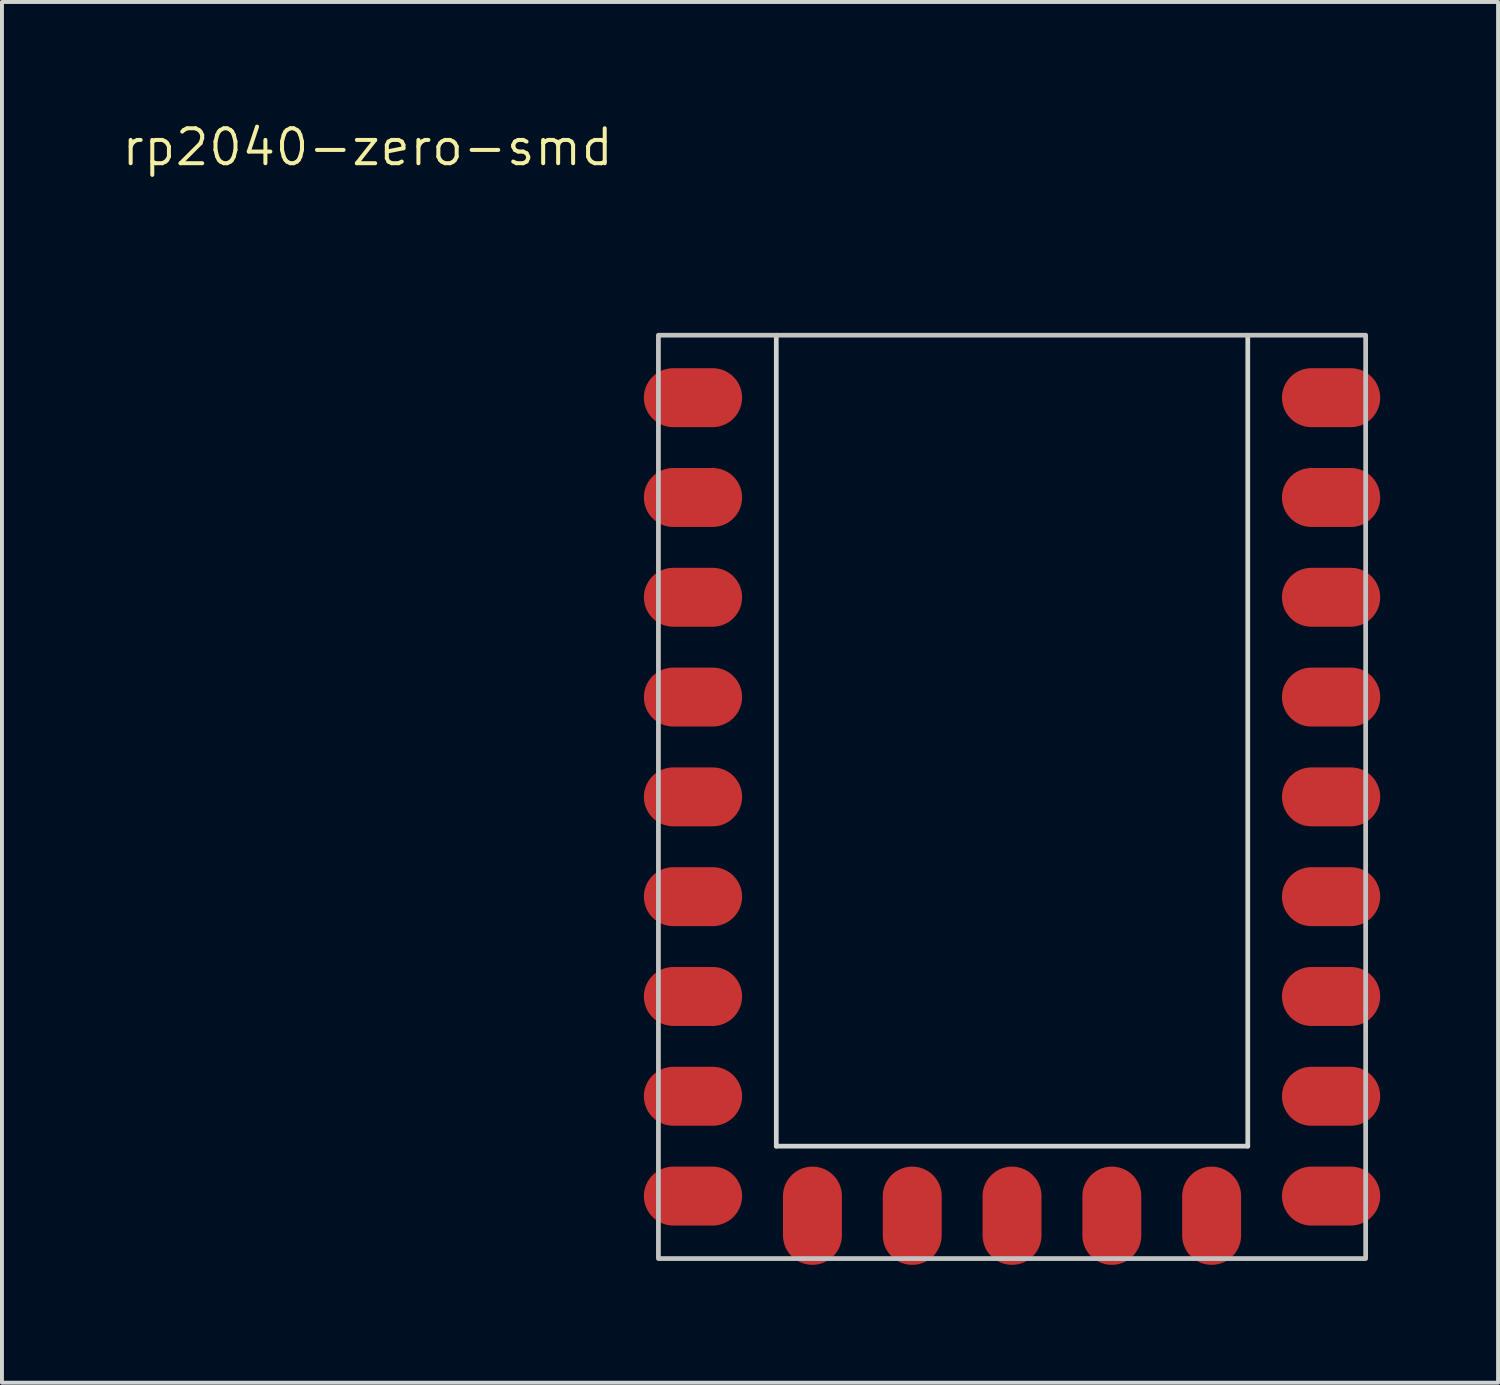
<source format=kicad_pcb>
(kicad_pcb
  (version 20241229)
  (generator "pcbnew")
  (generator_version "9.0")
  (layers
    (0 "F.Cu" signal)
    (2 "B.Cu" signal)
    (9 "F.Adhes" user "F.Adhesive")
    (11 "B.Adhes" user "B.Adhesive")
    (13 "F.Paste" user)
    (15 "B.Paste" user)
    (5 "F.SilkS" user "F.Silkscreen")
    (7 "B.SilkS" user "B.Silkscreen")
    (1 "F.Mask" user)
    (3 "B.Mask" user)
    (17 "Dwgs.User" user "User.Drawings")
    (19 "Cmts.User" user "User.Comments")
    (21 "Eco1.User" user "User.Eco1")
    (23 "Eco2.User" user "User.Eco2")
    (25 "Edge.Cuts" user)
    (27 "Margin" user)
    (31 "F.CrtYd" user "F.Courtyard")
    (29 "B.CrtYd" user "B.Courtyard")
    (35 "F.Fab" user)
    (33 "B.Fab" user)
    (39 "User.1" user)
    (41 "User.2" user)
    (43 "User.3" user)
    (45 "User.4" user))
  (footprint "rp2040-zero-smd"
    (layer "F.Cu")
    (at 22.707 17.231)
    (property "Reference" "rp2040-zero-smd" (at -16.399 -16.533 0) (layer "F.SilkS") (effects (font (size 0.889 0.889) (thickness 0.102))))
    (attr smd exclude_from_pos_files)
    (fp_rect (start -9 -11.75) (end 9 11.75) (stroke (width 0.12) (type solid)) (fill no) (layer "Dwgs.User"))
    (fp_line (start -6 -11.75) (end -6 8.89) (stroke (width 0.12) (type solid)) (layer "Edge.Cuts"))
    (fp_line (start -6 8.89) (end 6 8.89) (stroke (width 0.12) (type solid)) (layer "Edge.Cuts"))
    (fp_line (start 6 8.89) (end 6 -11.75) (stroke (width 0.12) (type solid)) (layer "Edge.Cuts"))
    (pad "1" smd oval (at 7.62 -10.16 180) (size 2.5 1.5) (drill (offset -0.5 0)) (layers "F.Cu" "F.Mask" "F.Paste"))
    (pad "2" smd oval (at 7.62 -7.62 180) (size 2.5 1.5) (drill (offset -0.5 0)) (layers "F.Cu" "F.Mask" "F.Paste"))
    (pad "3" smd oval (at 7.62 -5.08 180) (size 2.5 1.5) (drill (offset -0.5 0)) (layers "F.Cu" "F.Mask" "F.Paste"))
    (pad "4" smd oval (at 7.62 -2.54 180) (size 2.5 1.5) (drill (offset -0.5 0)) (layers "F.Cu" "F.Mask" "F.Paste"))
    (pad "5" smd oval (at 7.62 0 180) (size 2.5 1.5) (drill (offset -0.5 0)) (layers "F.Cu" "F.Mask" "F.Paste"))
    (pad "6" smd oval (at 7.62 2.54 180) (size 2.5 1.5) (drill (offset -0.5 0)) (layers "F.Cu" "F.Mask" "F.Paste"))
    (pad "7" smd oval (at 7.62 5.08 180) (size 2.5 1.5) (drill (offset -0.5 0)) (layers "F.Cu" "F.Mask" "F.Paste"))
    (pad "8" smd oval (at 7.62 7.62 180) (size 2.5 1.5) (drill (offset -0.5 0)) (layers "F.Cu" "F.Mask" "F.Paste"))
    (pad "9" smd oval (at 7.62 10.16 180) (size 2.5 1.5) (drill (offset -0.5 0)) (layers "F.Cu" "F.Mask" "F.Paste"))
    (pad "10" smd oval (at 5.08 10.16 90) (size 2.5 1.5) (drill (offset -0.5 0)) (layers "F.Cu" "F.Mask" "F.Paste"))
    (pad "11" smd oval (at 2.54 10.16 90) (size 2.5 1.5) (drill (offset -0.5 0)) (layers "F.Cu" "F.Mask" "F.Paste"))
    (pad "12" smd oval (at 0 10.16 90) (size 2.5 1.5) (drill (offset -0.5 0)) (layers "F.Cu" "F.Mask" "F.Paste"))
    (pad "13" smd oval (at -2.54 10.16 90) (size 2.5 1.5) (drill (offset -0.5 0)) (layers "F.Cu" "F.Mask" "F.Paste"))
    (pad "14" smd oval (at -5.08 10.16 90) (size 2.5 1.5) (drill (offset -0.5 0)) (layers "F.Cu" "F.Mask" "F.Paste"))
    (pad "15" smd oval (at -7.62 10.16) (size 2.5 1.5) (drill (offset -0.5 0)) (layers "F.Cu" "F.Mask" "F.Paste"))
    (pad "16" smd oval (at -7.62 7.62) (size 2.5 1.5) (drill (offset -0.5 0)) (layers "F.Cu" "F.Mask" "F.Paste"))
    (pad "17" smd oval (at -7.62 5.08) (size 2.5 1.5) (drill (offset -0.5 0)) (layers "F.Cu" "F.Mask" "F.Paste"))
    (pad "18" smd oval (at -7.62 2.54) (size 2.5 1.5) (drill (offset -0.5 0)) (layers "F.Cu" "F.Mask" "F.Paste"))
    (pad "19" smd oval (at -7.62 0) (size 2.5 1.5) (drill (offset -0.5 0)) (layers "F.Cu" "F.Mask" "F.Paste"))
    (pad "20" smd oval (at -7.62 -2.54) (size 2.5 1.5) (drill (offset -0.5 0)) (layers "F.Cu" "F.Mask" "F.Paste"))
    (pad "21" smd oval (at -7.62 -5.08) (size 2.5 1.5) (drill (offset -0.5 0)) (layers "F.Cu" "F.Mask" "F.Paste"))
    (pad "22" smd oval (at -7.62 -7.62) (size 2.5 1.5) (drill (offset -0.5 0)) (layers "F.Cu" "F.Mask" "F.Paste"))
    (pad "23" smd oval (at -7.62 -10.16) (size 2.5 1.5) (drill (offset -0.5 0)) (layers "F.Cu" "F.Mask" "F.Paste")))
  (gr_rect
    (start -3 -3)
    (end 35.077 32.141)
    (stroke (width 0.1) (type default))
    (fill no)
    (layer "Edge.Cuts")))
</source>
